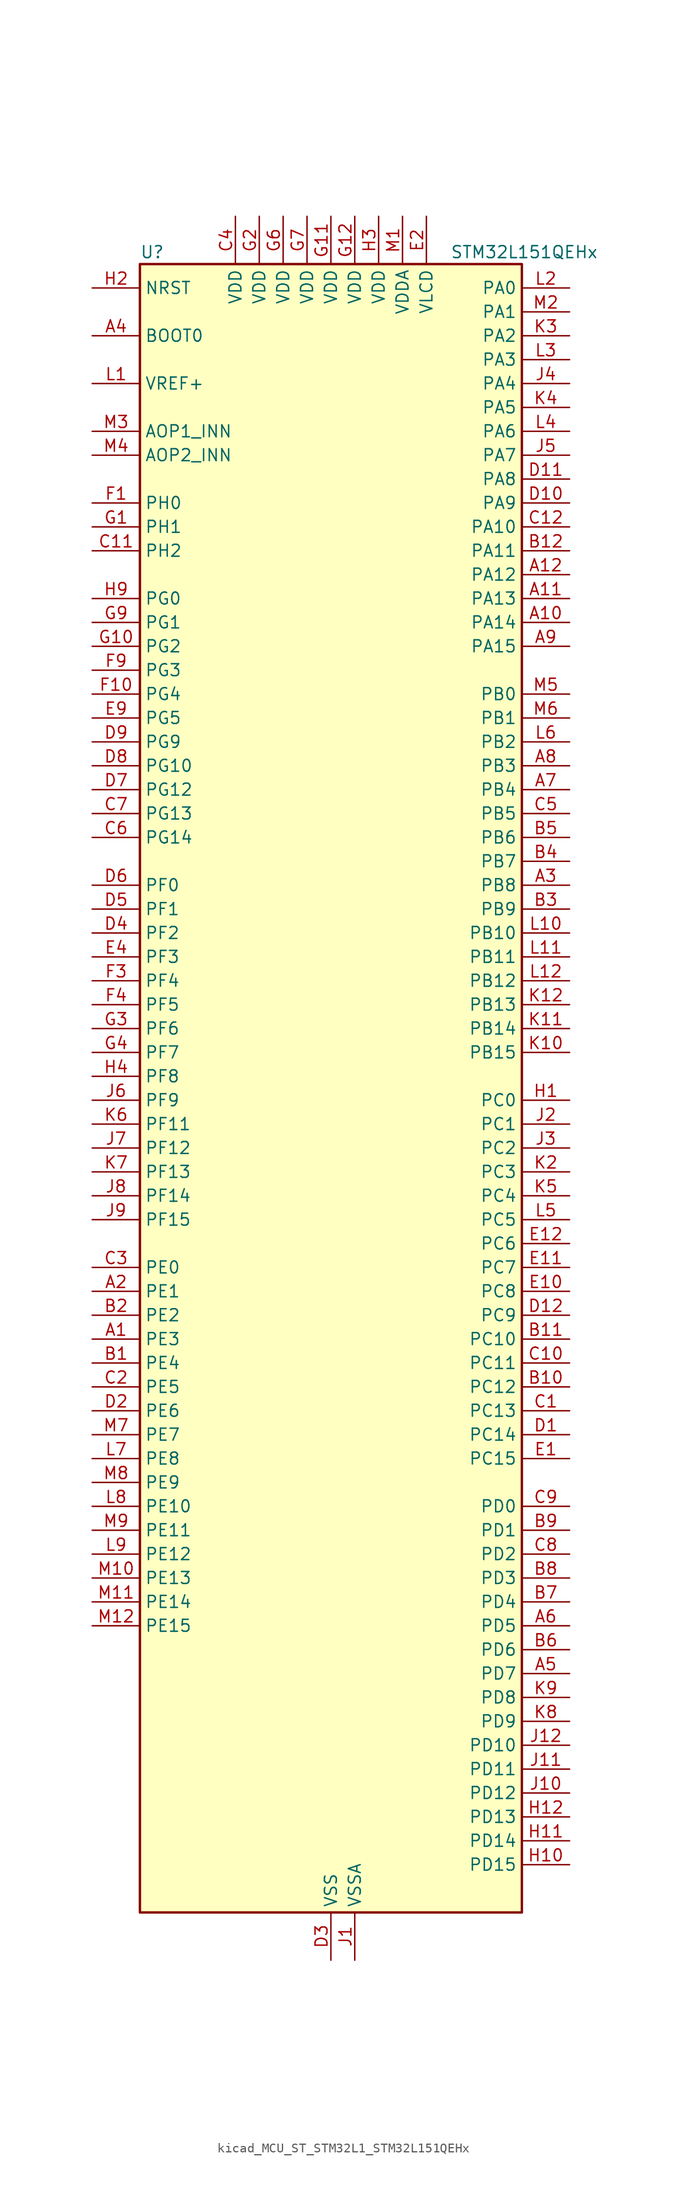
<source format=kicad_sym>
(kicad_symbol_lib
  (version 20220914)
  (generator kicad_symbol_editor)
  (symbol "kicad_MCU_ST_STM32L1_STM32L151QEHx"
    (property "Reference" "U"
      (at -20.32 90.17 0)
      (effects (font (size 1.27 1.27)) (justify left)))
    (property "Value" "STM32L151QEHx"
      (at 12.7 90.17 0)
      (effects (font (size 1.27 1.27)) (justify left)))
    (property "ki_locked" ""
      (at 0 0 0)
      (effects (font (size 1.27 1.27))))
    (symbol "kicad_MCU_ST_STM32L1_STM32L151QEHx_0_1"
      (rectangle (start -20.32 -86.36) (end 20.32 88.9) (stroke (width 0.254) (type default)) (fill (type background))))
    (symbol "kicad_MCU_ST_STM32L1_STM32L151QEHx_1_1"
      (pin bidirectional line (at -25.4 -25.4 0) (length 5.08) (name "PE3" (effects (font (size 1.27 1.27)))) (number "A1" (effects (font (size 1.27 1.27)))) (alternate "SYS_TRACED0" bidirectional line) (alternate "TIM3_CH1" bidirectional line) (alternate "TIMX_IC4" bidirectional line))
      (pin bidirectional line (at 25.4 50.8 180) (length 5.08) (name "PA14" (effects (font (size 1.27 1.27)))) (number "A10" (effects (font (size 1.27 1.27)))) (alternate "SYS_JTCK-SWCLK" bidirectional line) (alternate "TIMX_IC3" bidirectional line) (alternate "TS_G5_IO2" bidirectional line))
      (pin bidirectional line (at 25.4 53.34 180) (length 5.08) (name "PA13" (effects (font (size 1.27 1.27)))) (number "A11" (effects (font (size 1.27 1.27)))) (alternate "SYS_JTMS-SWDIO" bidirectional line) (alternate "TIMX_IC2" bidirectional line) (alternate "TS_G5_IO1" bidirectional line))
      (pin bidirectional line (at 25.4 55.88 180) (length 5.08) (name "PA12" (effects (font (size 1.27 1.27)))) (number "A12" (effects (font (size 1.27 1.27)))) (alternate "SPI1_MOSI" bidirectional line) (alternate "TIMX_IC1" bidirectional line) (alternate "USART1_RTS" bidirectional line) (alternate "USB_DP" bidirectional line))
      (pin bidirectional line (at -25.4 -20.32 0) (length 5.08) (name "PE1" (effects (font (size 1.27 1.27)))) (number "A2" (effects (font (size 1.27 1.27)))) (alternate "TIM11_CH1" bidirectional line) (alternate "TIMX_IC2" bidirectional line))
      (pin bidirectional line (at 25.4 22.86 180) (length 5.08) (name "PB8" (effects (font (size 1.27 1.27)))) (number "A3" (effects (font (size 1.27 1.27)))) (alternate "I2C1_SCL" bidirectional line) (alternate "TIM10_CH1" bidirectional line) (alternate "TIM4_CH3" bidirectional line))
      (pin input line (at -25.4 81.28 0) (length 5.08) (name "BOOT0" (effects (font (size 1.27 1.27)))) (number "A4" (effects (font (size 1.27 1.27)))))
      (pin bidirectional line (at 25.4 -60.96 180) (length 5.08) (name "PD7" (effects (font (size 1.27 1.27)))) (number "A5" (effects (font (size 1.27 1.27)))) (alternate "TIM9_CH2" bidirectional line) (alternate "TIMX_IC4" bidirectional line) (alternate "USART2_CK" bidirectional line))
      (pin bidirectional line (at 25.4 -55.88 180) (length 5.08) (name "PD5" (effects (font (size 1.27 1.27)))) (number "A6" (effects (font (size 1.27 1.27)))) (alternate "TIMX_IC2" bidirectional line) (alternate "USART2_TX" bidirectional line))
      (pin bidirectional line (at 25.4 33.02 180) (length 5.08) (name "PB4" (effects (font (size 1.27 1.27)))) (number "A7" (effects (font (size 1.27 1.27)))) (alternate "COMP2_INP" bidirectional line) (alternate "SPI1_MISO" bidirectional line) (alternate "SPI3_MISO" bidirectional line) (alternate "SYS_JTRST" bidirectional line) (alternate "TIM3_CH1" bidirectional line) (alternate "TS_G6_IO1" bidirectional line))
      (pin bidirectional line (at 25.4 35.56 180) (length 5.08) (name "PB3" (effects (font (size 1.27 1.27)))) (number "A8" (effects (font (size 1.27 1.27)))) (alternate "COMP2_INM" bidirectional line) (alternate "I2S3_CK" bidirectional line) (alternate "SPI1_SCK" bidirectional line) (alternate "SPI3_SCK" bidirectional line) (alternate "SYS_JTDO-TRACESWO" bidirectional line) (alternate "TIM2_CH2" bidirectional line))
      (pin bidirectional line (at 25.4 48.26 180) (length 5.08) (name "PA15" (effects (font (size 1.27 1.27)))) (number "A9" (effects (font (size 1.27 1.27)))) (alternate "ADC_EXTI15" bidirectional line) (alternate "I2S3_WS" bidirectional line) (alternate "SPI1_NSS" bidirectional line) (alternate "SPI3_NSS" bidirectional line) (alternate "SYS_JTDI" bidirectional line) (alternate "TIM2_CH1" bidirectional line) (alternate "TIM2_ETR" bidirectional line) (alternate "TIMX_IC4" bidirectional line) (alternate "TS_G5_IO3" bidirectional line))
      (pin bidirectional line (at -25.4 -27.94 0) (length 5.08) (name "PE4" (effects (font (size 1.27 1.27)))) (number "B1" (effects (font (size 1.27 1.27)))) (alternate "SYS_TRACED1" bidirectional line) (alternate "TIM3_CH2" bidirectional line) (alternate "TIMX_IC1" bidirectional line))
      (pin bidirectional line (at 25.4 -30.48 180) (length 5.08) (name "PC12" (effects (font (size 1.27 1.27)))) (number "B10" (effects (font (size 1.27 1.27)))) (alternate "I2S3_SD" bidirectional line) (alternate "SPI3_MOSI" bidirectional line) (alternate "TIMX_IC1" bidirectional line) (alternate "UART5_TX" bidirectional line) (alternate "USART3_CK" bidirectional line))
      (pin bidirectional line (at 25.4 -25.4 180) (length 5.08) (name "PC10" (effects (font (size 1.27 1.27)))) (number "B11" (effects (font (size 1.27 1.27)))) (alternate "I2S3_CK" bidirectional line) (alternate "SPI3_SCK" bidirectional line) (alternate "TIMX_IC3" bidirectional line) (alternate "UART4_TX" bidirectional line) (alternate "USART3_TX" bidirectional line))
      (pin bidirectional line (at 25.4 58.42 180) (length 5.08) (name "PA11" (effects (font (size 1.27 1.27)))) (number "B12" (effects (font (size 1.27 1.27)))) (alternate "ADC_EXTI11" bidirectional line) (alternate "SPI1_MISO" bidirectional line) (alternate "TIMX_IC4" bidirectional line) (alternate "USART1_CTS" bidirectional line) (alternate "USB_DM" bidirectional line))
      (pin bidirectional line (at -25.4 -22.86 0) (length 5.08) (name "PE2" (effects (font (size 1.27 1.27)))) (number "B2" (effects (font (size 1.27 1.27)))) (alternate "SYS_TRACECK" bidirectional line) (alternate "TIM3_ETR" bidirectional line) (alternate "TIMX_IC3" bidirectional line))
      (pin bidirectional line (at 25.4 20.32 180) (length 5.08) (name "PB9" (effects (font (size 1.27 1.27)))) (number "B3" (effects (font (size 1.27 1.27)))) (alternate "DAC_EXTI9" bidirectional line) (alternate "I2C1_SDA" bidirectional line) (alternate "TIM11_CH1" bidirectional line) (alternate "TIM4_CH4" bidirectional line))
      (pin bidirectional line (at 25.4 25.4 180) (length 5.08) (name "PB7" (effects (font (size 1.27 1.27)))) (number "B4" (effects (font (size 1.27 1.27)))) (alternate "COMP2_INP" bidirectional line) (alternate "I2C1_SDA" bidirectional line) (alternate "SYS_PVD_IN" bidirectional line) (alternate "TIM4_CH2" bidirectional line) (alternate "TS_G6_IO4" bidirectional line) (alternate "USART1_RX" bidirectional line))
      (pin bidirectional line (at 25.4 27.94 180) (length 5.08) (name "PB6" (effects (font (size 1.27 1.27)))) (number "B5" (effects (font (size 1.27 1.27)))) (alternate "COMP2_INP" bidirectional line) (alternate "I2C1_SCL" bidirectional line) (alternate "TIM4_CH1" bidirectional line) (alternate "TS_G6_IO3" bidirectional line) (alternate "USART1_TX" bidirectional line))
      (pin bidirectional line (at 25.4 -58.42 180) (length 5.08) (name "PD6" (effects (font (size 1.27 1.27)))) (number "B6" (effects (font (size 1.27 1.27)))) (alternate "TIMX_IC3" bidirectional line) (alternate "USART2_RX" bidirectional line))
      (pin bidirectional line (at 25.4 -53.34 180) (length 5.08) (name "PD4" (effects (font (size 1.27 1.27)))) (number "B7" (effects (font (size 1.27 1.27)))) (alternate "I2S2_SD" bidirectional line) (alternate "SPI2_MOSI" bidirectional line) (alternate "TIMX_IC1" bidirectional line) (alternate "USART2_RTS" bidirectional line))
      (pin bidirectional line (at 25.4 -50.8 180) (length 5.08) (name "PD3" (effects (font (size 1.27 1.27)))) (number "B8" (effects (font (size 1.27 1.27)))) (alternate "SPI2_MISO" bidirectional line) (alternate "TIMX_IC4" bidirectional line) (alternate "USART2_CTS" bidirectional line))
      (pin bidirectional line (at 25.4 -45.72 180) (length 5.08) (name "PD1" (effects (font (size 1.27 1.27)))) (number "B9" (effects (font (size 1.27 1.27)))) (alternate "I2S2_CK" bidirectional line) (alternate "SPI2_SCK" bidirectional line) (alternate "TIMX_IC2" bidirectional line))
      (pin bidirectional line (at 25.4 -33.02 180) (length 5.08) (name "PC13" (effects (font (size 1.27 1.27)))) (number "C1" (effects (font (size 1.27 1.27)))) (alternate "RTC_OUT_ALARM" bidirectional line) (alternate "RTC_OUT_CALIB" bidirectional line) (alternate "RTC_TAMP1" bidirectional line) (alternate "RTC_TS" bidirectional line) (alternate "SYS_WKUP2" bidirectional line) (alternate "TIMX_IC2" bidirectional line))
      (pin bidirectional line (at 25.4 -27.94 180) (length 5.08) (name "PC11" (effects (font (size 1.27 1.27)))) (number "C10" (effects (font (size 1.27 1.27)))) (alternate "ADC_EXTI11" bidirectional line) (alternate "SPI3_MISO" bidirectional line) (alternate "TIMX_IC4" bidirectional line) (alternate "UART4_RX" bidirectional line) (alternate "USART3_RX" bidirectional line))
      (pin bidirectional line (at -25.4 58.42 0) (length 5.08) (name "PH2" (effects (font (size 1.27 1.27)))) (number "C11" (effects (font (size 1.27 1.27)))))
      (pin bidirectional line (at 25.4 60.96 180) (length 5.08) (name "PA10" (effects (font (size 1.27 1.27)))) (number "C12" (effects (font (size 1.27 1.27)))) (alternate "TIMX_IC3" bidirectional line) (alternate "TS_G4_IO3" bidirectional line) (alternate "USART1_RX" bidirectional line))
      (pin bidirectional line (at -25.4 -30.48 0) (length 5.08) (name "PE5" (effects (font (size 1.27 1.27)))) (number "C2" (effects (font (size 1.27 1.27)))) (alternate "SYS_TRACED2" bidirectional line) (alternate "TIM9_CH1" bidirectional line) (alternate "TIMX_IC2" bidirectional line))
      (pin bidirectional line (at -25.4 -17.78 0) (length 5.08) (name "PE0" (effects (font (size 1.27 1.27)))) (number "C3" (effects (font (size 1.27 1.27)))) (alternate "TIM10_CH1" bidirectional line) (alternate "TIM4_ETR" bidirectional line) (alternate "TIMX_IC1" bidirectional line))
      (pin power_in line (at -10.16 93.98 270) (length 5.08) (name "VDD" (effects (font (size 1.27 1.27)))) (number "C4" (effects (font (size 1.27 1.27)))))
      (pin bidirectional line (at 25.4 30.48 180) (length 5.08) (name "PB5" (effects (font (size 1.27 1.27)))) (number "C5" (effects (font (size 1.27 1.27)))) (alternate "COMP2_INP" bidirectional line) (alternate "I2C1_SMBA" bidirectional line) (alternate "I2S3_SD" bidirectional line) (alternate "SPI1_MOSI" bidirectional line) (alternate "SPI3_MOSI" bidirectional line) (alternate "TIM3_CH2" bidirectional line) (alternate "TS_G6_IO2" bidirectional line))
      (pin bidirectional line (at -25.4 27.94 0) (length 5.08) (name "PG14" (effects (font (size 1.27 1.27)))) (number "C6" (effects (font (size 1.27 1.27)))))
      (pin bidirectional line (at -25.4 30.48 0) (length 5.08) (name "PG13" (effects (font (size 1.27 1.27)))) (number "C7" (effects (font (size 1.27 1.27)))))
      (pin bidirectional line (at 25.4 -48.26 180) (length 5.08) (name "PD2" (effects (font (size 1.27 1.27)))) (number "C8" (effects (font (size 1.27 1.27)))) (alternate "TIM3_ETR" bidirectional line) (alternate "TIMX_IC3" bidirectional line) (alternate "UART5_RX" bidirectional line))
      (pin bidirectional line (at 25.4 -43.18 180) (length 5.08) (name "PD0" (effects (font (size 1.27 1.27)))) (number "C9" (effects (font (size 1.27 1.27)))) (alternate "I2S2_WS" bidirectional line) (alternate "SPI2_NSS" bidirectional line) (alternate "TIM9_CH1" bidirectional line) (alternate "TIMX_IC1" bidirectional line))
      (pin bidirectional line (at 25.4 -35.56 180) (length 5.08) (name "PC14" (effects (font (size 1.27 1.27)))) (number "D1" (effects (font (size 1.27 1.27)))) (alternate "RCC_OSC32_IN" bidirectional line) (alternate "TIMX_IC3" bidirectional line))
      (pin bidirectional line (at 25.4 63.5 180) (length 5.08) (name "PA9" (effects (font (size 1.27 1.27)))) (number "D10" (effects (font (size 1.27 1.27)))) (alternate "DAC_EXTI9" bidirectional line) (alternate "TIMX_IC2" bidirectional line) (alternate "TS_G4_IO2" bidirectional line) (alternate "USART1_TX" bidirectional line))
      (pin bidirectional line (at 25.4 66.04 180) (length 5.08) (name "PA8" (effects (font (size 1.27 1.27)))) (number "D11" (effects (font (size 1.27 1.27)))) (alternate "RCC_MCO" bidirectional line) (alternate "TIMX_IC1" bidirectional line) (alternate "TS_G4_IO1" bidirectional line) (alternate "USART1_CK" bidirectional line))
      (pin bidirectional line (at 25.4 -22.86 180) (length 5.08) (name "PC9" (effects (font (size 1.27 1.27)))) (number "D12" (effects (font (size 1.27 1.27)))) (alternate "DAC_EXTI9" bidirectional line) (alternate "TIM3_CH4" bidirectional line) (alternate "TIMX_IC2" bidirectional line) (alternate "TS_G10_IO4" bidirectional line))
      (pin bidirectional line (at -25.4 -33.02 0) (length 5.08) (name "PE6" (effects (font (size 1.27 1.27)))) (number "D2" (effects (font (size 1.27 1.27)))) (alternate "RTC_TAMP3" bidirectional line) (alternate "SYS_TRACED3" bidirectional line) (alternate "SYS_WKUP3" bidirectional line) (alternate "TIM9_CH2" bidirectional line) (alternate "TIMX_IC3" bidirectional line))
      (pin power_in line (at 0 -91.44 90) (length 5.08) (name "VSS" (effects (font (size 1.27 1.27)))) (number "D3" (effects (font (size 1.27 1.27)))))
      (pin bidirectional line (at -25.4 17.78 0) (length 5.08) (name "PF2" (effects (font (size 1.27 1.27)))) (number "D4" (effects (font (size 1.27 1.27)))))
      (pin bidirectional line (at -25.4 20.32 0) (length 5.08) (name "PF1" (effects (font (size 1.27 1.27)))) (number "D5" (effects (font (size 1.27 1.27)))))
      (pin bidirectional line (at -25.4 22.86 0) (length 5.08) (name "PF0" (effects (font (size 1.27 1.27)))) (number "D6" (effects (font (size 1.27 1.27)))))
      (pin bidirectional line (at -25.4 33.02 0) (length 5.08) (name "PG12" (effects (font (size 1.27 1.27)))) (number "D7" (effects (font (size 1.27 1.27)))))
      (pin bidirectional line (at -25.4 35.56 0) (length 5.08) (name "PG10" (effects (font (size 1.27 1.27)))) (number "D8" (effects (font (size 1.27 1.27)))))
      (pin bidirectional line (at -25.4 38.1 0) (length 5.08) (name "PG9" (effects (font (size 1.27 1.27)))) (number "D9" (effects (font (size 1.27 1.27)))) (alternate "DAC_EXTI9" bidirectional line))
      (pin bidirectional line (at 25.4 -38.1 180) (length 5.08) (name "PC15" (effects (font (size 1.27 1.27)))) (number "E1" (effects (font (size 1.27 1.27)))) (alternate "ADC_EXTI15" bidirectional line) (alternate "RCC_OSC32_OUT" bidirectional line) (alternate "TIMX_IC4" bidirectional line))
      (pin bidirectional line (at 25.4 -20.32 180) (length 5.08) (name "PC8" (effects (font (size 1.27 1.27)))) (number "E10" (effects (font (size 1.27 1.27)))) (alternate "TIM3_CH3" bidirectional line) (alternate "TIMX_IC1" bidirectional line) (alternate "TS_G10_IO3" bidirectional line))
      (pin bidirectional line (at 25.4 -17.78 180) (length 5.08) (name "PC7" (effects (font (size 1.27 1.27)))) (number "E11" (effects (font (size 1.27 1.27)))) (alternate "I2S3_MCK" bidirectional line) (alternate "TIM3_CH2" bidirectional line) (alternate "TIMX_IC4" bidirectional line) (alternate "TS_G10_IO2" bidirectional line))
      (pin bidirectional line (at 25.4 -15.24 180) (length 5.08) (name "PC6" (effects (font (size 1.27 1.27)))) (number "E12" (effects (font (size 1.27 1.27)))) (alternate "I2S2_MCK" bidirectional line) (alternate "TIM3_CH1" bidirectional line) (alternate "TIMX_IC3" bidirectional line) (alternate "TS_G10_IO1" bidirectional line))
      (pin power_in line (at 10.16 93.98 270) (length 5.08) (name "VLCD" (effects (font (size 1.27 1.27)))) (number "E2" (effects (font (size 1.27 1.27)))))
      (pin passive line (at 0 -91.44 90) (length 5.08) hide (name "VSS" (effects (font (size 1.27 1.27)))) (number "E3" (effects (font (size 1.27 1.27)))))
      (pin bidirectional line (at -25.4 15.24 0) (length 5.08) (name "PF3" (effects (font (size 1.27 1.27)))) (number "E4" (effects (font (size 1.27 1.27)))))
      (pin bidirectional line (at -25.4 40.64 0) (length 5.08) (name "PG5" (effects (font (size 1.27 1.27)))) (number "E9" (effects (font (size 1.27 1.27)))))
      (pin bidirectional line (at -25.4 63.5 0) (length 5.08) (name "PH0" (effects (font (size 1.27 1.27)))) (number "F1" (effects (font (size 1.27 1.27)))) (alternate "RCC_OSC_IN" bidirectional line))
      (pin bidirectional line (at -25.4 43.18 0) (length 5.08) (name "PG4" (effects (font (size 1.27 1.27)))) (number "F10" (effects (font (size 1.27 1.27)))) (alternate "ADC_IN12b" bidirectional line) (alternate "TS_G7_IO7" bidirectional line))
      (pin passive line (at 0 -91.44 90) (length 5.08) hide (name "VSS" (effects (font (size 1.27 1.27)))) (number "F11" (effects (font (size 1.27 1.27)))))
      (pin passive line (at 0 -91.44 90) (length 5.08) hide (name "VSS" (effects (font (size 1.27 1.27)))) (number "F12" (effects (font (size 1.27 1.27)))))
      (pin passive line (at 0 -91.44 90) (length 5.08) hide (name "VSS" (effects (font (size 1.27 1.27)))) (number "F2" (effects (font (size 1.27 1.27)))))
      (pin bidirectional line (at -25.4 12.7 0) (length 5.08) (name "PF4" (effects (font (size 1.27 1.27)))) (number "F3" (effects (font (size 1.27 1.27)))))
      (pin bidirectional line (at -25.4 10.16 0) (length 5.08) (name "PF5" (effects (font (size 1.27 1.27)))) (number "F4" (effects (font (size 1.27 1.27)))))
      (pin passive line (at 0 -91.44 90) (length 5.08) hide (name "VSS" (effects (font (size 1.27 1.27)))) (number "F6" (effects (font (size 1.27 1.27)))))
      (pin passive line (at 0 -91.44 90) (length 5.08) hide (name "VSS" (effects (font (size 1.27 1.27)))) (number "F7" (effects (font (size 1.27 1.27)))))
      (pin bidirectional line (at -25.4 45.72 0) (length 5.08) (name "PG3" (effects (font (size 1.27 1.27)))) (number "F9" (effects (font (size 1.27 1.27)))) (alternate "ADC_IN11b" bidirectional line) (alternate "TS_G7_IO6" bidirectional line))
      (pin bidirectional line (at -25.4 60.96 0) (length 5.08) (name "PH1" (effects (font (size 1.27 1.27)))) (number "G1" (effects (font (size 1.27 1.27)))) (alternate "RCC_OSC_OUT" bidirectional line))
      (pin bidirectional line (at -25.4 48.26 0) (length 5.08) (name "PG2" (effects (font (size 1.27 1.27)))) (number "G10" (effects (font (size 1.27 1.27)))) (alternate "ADC_IN10b" bidirectional line) (alternate "TS_G7_IO5" bidirectional line))
      (pin power_in line (at 0 93.98 270) (length 5.08) (name "VDD" (effects (font (size 1.27 1.27)))) (number "G11" (effects (font (size 1.27 1.27)))))
      (pin power_in line (at 2.54 93.98 270) (length 5.08) (name "VDD" (effects (font (size 1.27 1.27)))) (number "G12" (effects (font (size 1.27 1.27)))))
      (pin power_in line (at -7.62 93.98 270) (length 5.08) (name "VDD" (effects (font (size 1.27 1.27)))) (number "G2" (effects (font (size 1.27 1.27)))))
      (pin bidirectional line (at -25.4 7.62 0) (length 5.08) (name "PF6" (effects (font (size 1.27 1.27)))) (number "G3" (effects (font (size 1.27 1.27)))) (alternate "ADC_IN27" bidirectional line) (alternate "TIM5_CH1" bidirectional line) (alternate "TIM5_ETR" bidirectional line) (alternate "TS_G11_IO1" bidirectional line))
      (pin bidirectional line (at -25.4 5.08 0) (length 5.08) (name "PF7" (effects (font (size 1.27 1.27)))) (number "G4" (effects (font (size 1.27 1.27)))) (alternate "ADC_IN28" bidirectional line) (alternate "COMP1_INP" bidirectional line) (alternate "TIM5_CH2" bidirectional line) (alternate "TS_G11_IO2" bidirectional line))
      (pin power_in line (at -5.08 93.98 270) (length 5.08) (name "VDD" (effects (font (size 1.27 1.27)))) (number "G6" (effects (font (size 1.27 1.27)))))
      (pin power_in line (at -2.54 93.98 270) (length 5.08) (name "VDD" (effects (font (size 1.27 1.27)))) (number "G7" (effects (font (size 1.27 1.27)))))
      (pin bidirectional line (at -25.4 50.8 0) (length 5.08) (name "PG1" (effects (font (size 1.27 1.27)))) (number "G9" (effects (font (size 1.27 1.27)))) (alternate "ADC_IN9b" bidirectional line) (alternate "TS_G2_IO5" bidirectional line))
      (pin bidirectional line (at 25.4 0 180) (length 5.08) (name "PC0" (effects (font (size 1.27 1.27)))) (number "H1" (effects (font (size 1.27 1.27)))) (alternate "ADC_IN10" bidirectional line) (alternate "COMP1_INP" bidirectional line) (alternate "TIMX_IC1" bidirectional line) (alternate "TS_G8_IO1" bidirectional line))
      (pin bidirectional line (at 25.4 -81.28 180) (length 5.08) (name "PD15" (effects (font (size 1.27 1.27)))) (number "H10" (effects (font (size 1.27 1.27)))) (alternate "ADC_EXTI15" bidirectional line) (alternate "TIM4_CH4" bidirectional line) (alternate "TIMX_IC4" bidirectional line))
      (pin bidirectional line (at 25.4 -78.74 180) (length 5.08) (name "PD14" (effects (font (size 1.27 1.27)))) (number "H11" (effects (font (size 1.27 1.27)))) (alternate "TIM4_CH3" bidirectional line) (alternate "TIMX_IC3" bidirectional line))
      (pin bidirectional line (at 25.4 -76.2 180) (length 5.08) (name "PD13" (effects (font (size 1.27 1.27)))) (number "H12" (effects (font (size 1.27 1.27)))) (alternate "TIM4_CH2" bidirectional line) (alternate "TIMX_IC2" bidirectional line))
      (pin input line (at -25.4 86.36 0) (length 5.08) (name "NRST" (effects (font (size 1.27 1.27)))) (number "H2" (effects (font (size 1.27 1.27)))))
      (pin power_in line (at 5.08 93.98 270) (length 5.08) (name "VDD" (effects (font (size 1.27 1.27)))) (number "H3" (effects (font (size 1.27 1.27)))))
      (pin bidirectional line (at -25.4 2.54 0) (length 5.08) (name "PF8" (effects (font (size 1.27 1.27)))) (number "H4" (effects (font (size 1.27 1.27)))) (alternate "ADC_IN29" bidirectional line) (alternate "COMP1_INP" bidirectional line) (alternate "TIM5_CH3" bidirectional line) (alternate "TS_G11_IO3" bidirectional line))
      (pin bidirectional line (at -25.4 53.34 0) (length 5.08) (name "PG0" (effects (font (size 1.27 1.27)))) (number "H9" (effects (font (size 1.27 1.27)))) (alternate "ADC_IN8b" bidirectional line) (alternate "TS_G2_IO4" bidirectional line))
      (pin power_in line (at 2.54 -91.44 90) (length 5.08) (name "VSSA" (effects (font (size 1.27 1.27)))) (number "J1" (effects (font (size 1.27 1.27)))))
      (pin bidirectional line (at 25.4 -73.66 180) (length 5.08) (name "PD12" (effects (font (size 1.27 1.27)))) (number "J10" (effects (font (size 1.27 1.27)))) (alternate "TIM4_CH1" bidirectional line) (alternate "TIMX_IC1" bidirectional line) (alternate "USART3_RTS" bidirectional line))
      (pin bidirectional line (at 25.4 -71.12 180) (length 5.08) (name "PD11" (effects (font (size 1.27 1.27)))) (number "J11" (effects (font (size 1.27 1.27)))) (alternate "ADC_EXTI11" bidirectional line) (alternate "TIMX_IC4" bidirectional line) (alternate "USART3_CTS" bidirectional line))
      (pin bidirectional line (at 25.4 -68.58 180) (length 5.08) (name "PD10" (effects (font (size 1.27 1.27)))) (number "J12" (effects (font (size 1.27 1.27)))) (alternate "TIMX_IC3" bidirectional line) (alternate "USART3_CK" bidirectional line))
      (pin bidirectional line (at 25.4 -2.54 180) (length 5.08) (name "PC1" (effects (font (size 1.27 1.27)))) (number "J2" (effects (font (size 1.27 1.27)))) (alternate "ADC_IN11" bidirectional line) (alternate "COMP1_INP" bidirectional line) (alternate "TIMX_IC2" bidirectional line) (alternate "TS_G8_IO2" bidirectional line))
      (pin bidirectional line (at 25.4 -5.08 180) (length 5.08) (name "PC2" (effects (font (size 1.27 1.27)))) (number "J3" (effects (font (size 1.27 1.27)))) (alternate "ADC_IN12" bidirectional line) (alternate "COMP1_INP" bidirectional line) (alternate "TIMX_IC3" bidirectional line) (alternate "TS_G8_IO3" bidirectional line))
      (pin bidirectional line (at 25.4 76.2 180) (length 5.08) (name "PA4" (effects (font (size 1.27 1.27)))) (number "J4" (effects (font (size 1.27 1.27)))) (alternate "ADC_IN4" bidirectional line) (alternate "COMP1_INP" bidirectional line) (alternate "DAC_OUT1" bidirectional line) (alternate "I2S3_WS" bidirectional line) (alternate "SPI1_NSS" bidirectional line) (alternate "SPI3_NSS" bidirectional line) (alternate "TIMX_IC1" bidirectional line) (alternate "USART2_CK" bidirectional line))
      (pin bidirectional line (at 25.4 68.58 180) (length 5.08) (name "PA7" (effects (font (size 1.27 1.27)))) (number "J5" (effects (font (size 1.27 1.27)))) (alternate "ADC_IN7" bidirectional line) (alternate "COMP1_INP" bidirectional line) (alternate "SPI1_MOSI" bidirectional line) (alternate "TIM11_CH1" bidirectional line) (alternate "TIM3_CH2" bidirectional line) (alternate "TIMX_IC4" bidirectional line) (alternate "TS_G2_IO2" bidirectional line))
      (pin bidirectional line (at -25.4 0 0) (length 5.08) (name "PF9" (effects (font (size 1.27 1.27)))) (number "J6" (effects (font (size 1.27 1.27)))) (alternate "ADC_IN30" bidirectional line) (alternate "COMP1_INP" bidirectional line) (alternate "DAC_EXTI9" bidirectional line) (alternate "TIM5_CH4" bidirectional line) (alternate "TS_G11_IO4" bidirectional line))
      (pin bidirectional line (at -25.4 -5.08 0) (length 5.08) (name "PF12" (effects (font (size 1.27 1.27)))) (number "J7" (effects (font (size 1.27 1.27)))) (alternate "ADC_IN2b" bidirectional line) (alternate "TS_G3_IO5" bidirectional line))
      (pin bidirectional line (at -25.4 -10.16 0) (length 5.08) (name "PF14" (effects (font (size 1.27 1.27)))) (number "J8" (effects (font (size 1.27 1.27)))) (alternate "ADC_IN6b" bidirectional line) (alternate "TS_G9_IO4" bidirectional line))
      (pin bidirectional line (at -25.4 -12.7 0) (length 5.08) (name "PF15" (effects (font (size 1.27 1.27)))) (number "J9" (effects (font (size 1.27 1.27)))) (alternate "ADC_EXTI15" bidirectional line) (alternate "ADC_IN7b" bidirectional line) (alternate "TS_G2_IO3" bidirectional line))
      (pin no_connect line (at -20.32 -86.36 0) (length 5.08) hide (name "NC" (effects (font (size 1.27 1.27)))) (number "K1" (effects (font (size 1.27 1.27)))))
      (pin bidirectional line (at 25.4 5.08 180) (length 5.08) (name "PB15" (effects (font (size 1.27 1.27)))) (number "K10" (effects (font (size 1.27 1.27)))) (alternate "ADC_EXTI15" bidirectional line) (alternate "ADC_IN21" bidirectional line) (alternate "COMP1_INP" bidirectional line) (alternate "I2S2_SD" bidirectional line) (alternate "RTC_REFIN" bidirectional line) (alternate "SPI2_MOSI" bidirectional line) (alternate "TIM11_CH1" bidirectional line) (alternate "TS_G7_IO4" bidirectional line))
      (pin bidirectional line (at 25.4 7.62 180) (length 5.08) (name "PB14" (effects (font (size 1.27 1.27)))) (number "K11" (effects (font (size 1.27 1.27)))) (alternate "ADC_IN20" bidirectional line) (alternate "COMP1_INP" bidirectional line) (alternate "SPI2_MISO" bidirectional line) (alternate "TIM9_CH2" bidirectional line) (alternate "TS_G7_IO3" bidirectional line) (alternate "USART3_RTS" bidirectional line))
      (pin bidirectional line (at 25.4 10.16 180) (length 5.08) (name "PB13" (effects (font (size 1.27 1.27)))) (number "K12" (effects (font (size 1.27 1.27)))) (alternate "ADC_IN19" bidirectional line) (alternate "COMP1_INP" bidirectional line) (alternate "I2S2_CK" bidirectional line) (alternate "SPI2_SCK" bidirectional line) (alternate "TIM9_CH1" bidirectional line) (alternate "TS_G7_IO2" bidirectional line) (alternate "USART3_CTS" bidirectional line))
      (pin bidirectional line (at 25.4 -7.62 180) (length 5.08) (name "PC3" (effects (font (size 1.27 1.27)))) (number "K2" (effects (font (size 1.27 1.27)))) (alternate "ADC_IN13" bidirectional line) (alternate "COMP1_INP" bidirectional line) (alternate "TIMX_IC4" bidirectional line) (alternate "TS_G8_IO4" bidirectional line))
      (pin bidirectional line (at 25.4 81.28 180) (length 5.08) (name "PA2" (effects (font (size 1.27 1.27)))) (number "K3" (effects (font (size 1.27 1.27)))) (alternate "ADC_IN2" bidirectional line) (alternate "COMP1_INP" bidirectional line) (alternate "TIM2_CH3" bidirectional line) (alternate "TIM5_CH3" bidirectional line) (alternate "TIM9_CH1" bidirectional line) (alternate "TIMX_IC3" bidirectional line) (alternate "TS_G1_IO3" bidirectional line) (alternate "USART2_TX" bidirectional line))
      (pin bidirectional line (at 25.4 73.66 180) (length 5.08) (name "PA5" (effects (font (size 1.27 1.27)))) (number "K4" (effects (font (size 1.27 1.27)))) (alternate "ADC_IN5" bidirectional line) (alternate "COMP1_INP" bidirectional line) (alternate "DAC_OUT2" bidirectional line) (alternate "SPI1_SCK" bidirectional line) (alternate "TIM2_CH1" bidirectional line) (alternate "TIM2_ETR" bidirectional line) (alternate "TIMX_IC2" bidirectional line))
      (pin bidirectional line (at 25.4 -10.16 180) (length 5.08) (name "PC4" (effects (font (size 1.27 1.27)))) (number "K5" (effects (font (size 1.27 1.27)))) (alternate "ADC_IN14" bidirectional line) (alternate "COMP1_INP" bidirectional line) (alternate "TIMX_IC1" bidirectional line) (alternate "TS_G9_IO1" bidirectional line))
      (pin bidirectional line (at -25.4 -2.54 0) (length 5.08) (name "PF11" (effects (font (size 1.27 1.27)))) (number "K6" (effects (font (size 1.27 1.27)))) (alternate "ADC_EXTI11" bidirectional line) (alternate "ADC_IN1b" bidirectional line) (alternate "TS_G3_IO4" bidirectional line))
      (pin bidirectional line (at -25.4 -7.62 0) (length 5.08) (name "PF13" (effects (font (size 1.27 1.27)))) (number "K7" (effects (font (size 1.27 1.27)))) (alternate "ADC_IN3b" bidirectional line) (alternate "TS_G9_IO3" bidirectional line))
      (pin bidirectional line (at 25.4 -66.04 180) (length 5.08) (name "PD9" (effects (font (size 1.27 1.27)))) (number "K8" (effects (font (size 1.27 1.27)))) (alternate "DAC_EXTI9" bidirectional line) (alternate "TIMX_IC2" bidirectional line) (alternate "USART3_RX" bidirectional line))
      (pin bidirectional line (at 25.4 -63.5 180) (length 5.08) (name "PD8" (effects (font (size 1.27 1.27)))) (number "K9" (effects (font (size 1.27 1.27)))) (alternate "TIMX_IC1" bidirectional line) (alternate "USART3_TX" bidirectional line))
      (pin input line (at -25.4 76.2 0) (length 5.08) (name "VREF+" (effects (font (size 1.27 1.27)))) (number "L1" (effects (font (size 1.27 1.27)))))
      (pin bidirectional line (at 25.4 17.78 180) (length 5.08) (name "PB10" (effects (font (size 1.27 1.27)))) (number "L10" (effects (font (size 1.27 1.27)))) (alternate "I2C2_SCL" bidirectional line) (alternate "TIM2_CH3" bidirectional line) (alternate "USART3_TX" bidirectional line))
      (pin bidirectional line (at 25.4 15.24 180) (length 5.08) (name "PB11" (effects (font (size 1.27 1.27)))) (number "L11" (effects (font (size 1.27 1.27)))) (alternate "ADC_EXTI11" bidirectional line) (alternate "I2C2_SDA" bidirectional line) (alternate "TIM2_CH4" bidirectional line) (alternate "USART3_RX" bidirectional line))
      (pin bidirectional line (at 25.4 12.7 180) (length 5.08) (name "PB12" (effects (font (size 1.27 1.27)))) (number "L12" (effects (font (size 1.27 1.27)))) (alternate "ADC_IN18" bidirectional line) (alternate "COMP1_INP" bidirectional line) (alternate "I2C2_SMBA" bidirectional line) (alternate "I2S2_WS" bidirectional line) (alternate "SPI2_NSS" bidirectional line) (alternate "TIM10_CH1" bidirectional line) (alternate "TS_G7_IO1" bidirectional line) (alternate "USART3_CK" bidirectional line))
      (pin bidirectional line (at 25.4 86.36 180) (length 5.08) (name "PA0" (effects (font (size 1.27 1.27)))) (number "L2" (effects (font (size 1.27 1.27)))) (alternate "ADC_IN0" bidirectional line) (alternate "COMP1_INP" bidirectional line) (alternate "RTC_TAMP2" bidirectional line) (alternate "SYS_WKUP1" bidirectional line) (alternate "TIM2_CH1" bidirectional line) (alternate "TIM2_ETR" bidirectional line) (alternate "TIM5_CH1" bidirectional line) (alternate "TIMX_IC1" bidirectional line) (alternate "TS_G1_IO1" bidirectional line) (alternate "USART2_CTS" bidirectional line))
      (pin bidirectional line (at 25.4 78.74 180) (length 5.08) (name "PA3" (effects (font (size 1.27 1.27)))) (number "L3" (effects (font (size 1.27 1.27)))) (alternate "ADC_IN3" bidirectional line) (alternate "COMP1_INP" bidirectional line) (alternate "OPAMP1_VOUT" bidirectional line) (alternate "TIM2_CH4" bidirectional line) (alternate "TIM5_CH4" bidirectional line) (alternate "TIM9_CH2" bidirectional line) (alternate "TIMX_IC4" bidirectional line) (alternate "TS_G1_IO4" bidirectional line) (alternate "USART2_RX" bidirectional line))
      (pin bidirectional line (at 25.4 71.12 180) (length 5.08) (name "PA6" (effects (font (size 1.27 1.27)))) (number "L4" (effects (font (size 1.27 1.27)))) (alternate "ADC_IN6" bidirectional line) (alternate "COMP1_INP" bidirectional line) (alternate "OPAMP2_VINP" bidirectional line) (alternate "SPI1_MISO" bidirectional line) (alternate "TIM10_CH1" bidirectional line) (alternate "TIM3_CH1" bidirectional line) (alternate "TIMX_IC3" bidirectional line) (alternate "TS_G2_IO1" bidirectional line))
      (pin bidirectional line (at 25.4 -12.7 180) (length 5.08) (name "PC5" (effects (font (size 1.27 1.27)))) (number "L5" (effects (font (size 1.27 1.27)))) (alternate "ADC_IN15" bidirectional line) (alternate "COMP1_INP" bidirectional line) (alternate "TIMX_IC2" bidirectional line) (alternate "TS_G9_IO2" bidirectional line))
      (pin bidirectional line (at 25.4 38.1 180) (length 5.08) (name "PB2" (effects (font (size 1.27 1.27)))) (number "L6" (effects (font (size 1.27 1.27)))) (alternate "ADC_IN0b" bidirectional line) (alternate "TS_G3_IO3" bidirectional line))
      (pin bidirectional line (at -25.4 -38.1 0) (length 5.08) (name "PE8" (effects (font (size 1.27 1.27)))) (number "L7" (effects (font (size 1.27 1.27)))) (alternate "ADC_IN23" bidirectional line) (alternate "COMP1_INP" bidirectional line) (alternate "TIMX_IC1" bidirectional line))
      (pin bidirectional line (at -25.4 -43.18 0) (length 5.08) (name "PE10" (effects (font (size 1.27 1.27)))) (number "L8" (effects (font (size 1.27 1.27)))) (alternate "ADC_IN25" bidirectional line) (alternate "COMP1_INP" bidirectional line) (alternate "TIM2_CH2" bidirectional line) (alternate "TIMX_IC3" bidirectional line))
      (pin bidirectional line (at -25.4 -48.26 0) (length 5.08) (name "PE12" (effects (font (size 1.27 1.27)))) (number "L9" (effects (font (size 1.27 1.27)))) (alternate "SPI1_NSS" bidirectional line) (alternate "TIM2_CH4" bidirectional line) (alternate "TIMX_IC1" bidirectional line))
      (pin power_in line (at 7.62 93.98 270) (length 5.08) (name "VDDA" (effects (font (size 1.27 1.27)))) (number "M1" (effects (font (size 1.27 1.27)))))
      (pin bidirectional line (at -25.4 -50.8 0) (length 5.08) (name "PE13" (effects (font (size 1.27 1.27)))) (number "M10" (effects (font (size 1.27 1.27)))) (alternate "SPI1_SCK" bidirectional line) (alternate "TIMX_IC2" bidirectional line))
      (pin bidirectional line (at -25.4 -53.34 0) (length 5.08) (name "PE14" (effects (font (size 1.27 1.27)))) (number "M11" (effects (font (size 1.27 1.27)))) (alternate "SPI1_MISO" bidirectional line) (alternate "TIMX_IC3" bidirectional line))
      (pin bidirectional line (at -25.4 -55.88 0) (length 5.08) (name "PE15" (effects (font (size 1.27 1.27)))) (number "M12" (effects (font (size 1.27 1.27)))) (alternate "ADC_EXTI15" bidirectional line) (alternate "SPI1_MOSI" bidirectional line) (alternate "TIMX_IC4" bidirectional line))
      (pin bidirectional line (at 25.4 83.82 180) (length 5.08) (name "PA1" (effects (font (size 1.27 1.27)))) (number "M2" (effects (font (size 1.27 1.27)))) (alternate "ADC_IN1" bidirectional line) (alternate "COMP1_INP" bidirectional line) (alternate "OPAMP1_VINP" bidirectional line) (alternate "TIM2_CH2" bidirectional line) (alternate "TIM5_CH2" bidirectional line) (alternate "TIMX_IC2" bidirectional line) (alternate "TS_G1_IO2" bidirectional line) (alternate "USART2_RTS" bidirectional line))
      (pin input line (at -25.4 71.12 0) (length 5.08) (name "AOP1_INN" (effects (font (size 1.27 1.27)))) (number "M3" (effects (font (size 1.27 1.27)))) (alternate "OPAMP1_VINM" bidirectional line))
      (pin input line (at -25.4 68.58 0) (length 5.08) (name "AOP2_INN" (effects (font (size 1.27 1.27)))) (number "M4" (effects (font (size 1.27 1.27)))) (alternate "OPAMP2_VINM" bidirectional line))
      (pin bidirectional line (at 25.4 43.18 180) (length 5.08) (name "PB0" (effects (font (size 1.27 1.27)))) (number "M5" (effects (font (size 1.27 1.27)))) (alternate "ADC_IN8" bidirectional line) (alternate "COMP1_INP" bidirectional line) (alternate "OPAMP2_VOUT" bidirectional line) (alternate "SYS_V_REF_OUT" bidirectional line) (alternate "TIM3_CH3" bidirectional line) (alternate "TS_G3_IO1" bidirectional line))
      (pin bidirectional line (at 25.4 40.64 180) (length 5.08) (name "PB1" (effects (font (size 1.27 1.27)))) (number "M6" (effects (font (size 1.27 1.27)))) (alternate "ADC_IN9" bidirectional line) (alternate "COMP1_INP" bidirectional line) (alternate "SYS_V_REF_OUT" bidirectional line) (alternate "TIM3_CH4" bidirectional line) (alternate "TS_G3_IO2" bidirectional line))
      (pin bidirectional line (at -25.4 -35.56 0) (length 5.08) (name "PE7" (effects (font (size 1.27 1.27)))) (number "M7" (effects (font (size 1.27 1.27)))) (alternate "ADC_IN22" bidirectional line) (alternate "COMP1_INP" bidirectional line) (alternate "TIMX_IC4" bidirectional line))
      (pin bidirectional line (at -25.4 -40.64 0) (length 5.08) (name "PE9" (effects (font (size 1.27 1.27)))) (number "M8" (effects (font (size 1.27 1.27)))) (alternate "ADC_IN24" bidirectional line) (alternate "COMP1_INP" bidirectional line) (alternate "DAC_EXTI9" bidirectional line) (alternate "TIM2_CH1" bidirectional line) (alternate "TIM2_ETR" bidirectional line) (alternate "TIMX_IC2" bidirectional line))
      (pin bidirectional line (at -25.4 -45.72 0) (length 5.08) (name "PE11" (effects (font (size 1.27 1.27)))) (number "M9" (effects (font (size 1.27 1.27)))) (alternate "ADC_EXTI11" bidirectional line) (alternate "TIM2_CH3" bidirectional line) (alternate "TIMX_IC4" bidirectional line)))))
</source>
